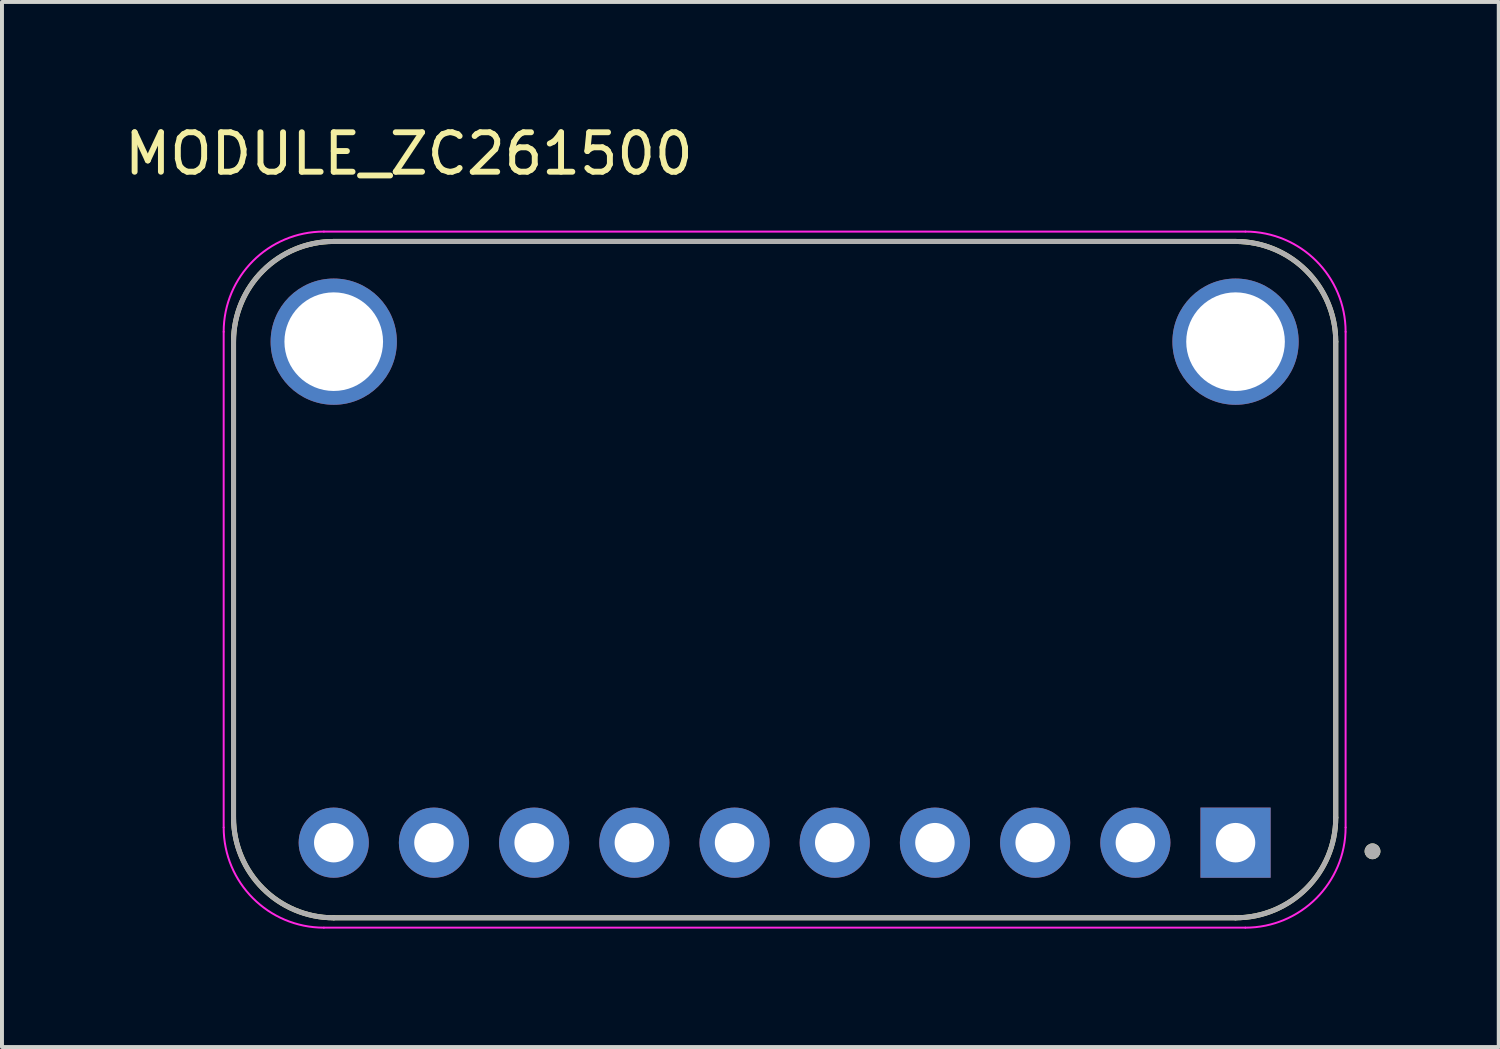
<source format=kicad_pcb>
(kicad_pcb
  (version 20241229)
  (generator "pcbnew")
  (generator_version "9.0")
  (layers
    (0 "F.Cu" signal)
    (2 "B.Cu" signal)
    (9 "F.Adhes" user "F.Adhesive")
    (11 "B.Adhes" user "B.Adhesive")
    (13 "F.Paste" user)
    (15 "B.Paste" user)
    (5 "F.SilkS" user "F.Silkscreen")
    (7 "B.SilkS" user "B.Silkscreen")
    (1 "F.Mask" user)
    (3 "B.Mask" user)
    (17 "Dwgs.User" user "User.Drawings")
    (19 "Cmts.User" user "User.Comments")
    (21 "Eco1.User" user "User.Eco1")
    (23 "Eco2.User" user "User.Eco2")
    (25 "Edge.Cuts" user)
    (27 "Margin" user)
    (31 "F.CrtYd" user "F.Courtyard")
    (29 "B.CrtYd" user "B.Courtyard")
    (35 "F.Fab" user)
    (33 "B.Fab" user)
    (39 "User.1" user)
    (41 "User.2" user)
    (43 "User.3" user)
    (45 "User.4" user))
  (footprint "MODULE_ZC261500"
    (layer "F.Cu")
    (at 16.84 11.643)
    (property "Reference" "MODULE_ZC261500" (at -9.525 -10.795 0) (layer "F.SilkS") (effects (font (size 1 1) (thickness 0.15))))
    (attr through_hole)
    (fp_line (start -13.97 6.032) (end -13.97 -6.032) (stroke (width 0.127) (type solid)) (layer "F.SilkS"))
    (fp_line (start -11.43 -8.572) (end 11.43 -8.572) (stroke (width 0.127) (type solid)) (layer "F.SilkS"))
    (fp_line (start 11.43 8.572) (end -11.43 8.572) (stroke (width 0.127) (type solid)) (layer "F.SilkS"))
    (fp_line (start 13.97 -6.032) (end 13.97 6.032) (stroke (width 0.127) (type solid)) (layer "F.SilkS"))
    (fp_arc (start -13.97 -6.0325) (mid -13.226051 -7.828551) (end -11.43 -8.5725) (stroke (width 0.127) (type solid)) (layer "F.SilkS"))
    (fp_arc (start -11.43 8.5725) (mid -13.226051 7.828551) (end -13.97 6.0325) (stroke (width 0.127) (type solid)) (layer "F.SilkS"))
    (fp_arc (start 11.43 -8.5725) (mid 13.226051 -7.828551) (end 13.97 -6.0325) (stroke (width 0.127) (type solid)) (layer "F.SilkS"))
    (fp_arc (start 13.97 6.0325) (mid 13.226051 7.828551) (end 11.43 8.5725) (stroke (width 0.127) (type solid)) (layer "F.SilkS"))
    (fp_circle (center 14.902 6.887) (end 15.002 6.887) (stroke (width 0.2) (type solid)) (fill no) (layer "F.SilkS"))
    (fp_line (start -14.22 6.282) (end -14.22 -6.282) (stroke (width 0.05) (type solid)) (layer "F.CrtYd"))
    (fp_line (start -11.68 -8.822) (end 11.68 -8.822) (stroke (width 0.05) (type solid)) (layer "F.CrtYd"))
    (fp_line (start 11.68 8.822) (end -11.68 8.822) (stroke (width 0.05) (type solid)) (layer "F.CrtYd"))
    (fp_line (start 14.22 -6.282) (end 14.22 6.282) (stroke (width 0.05) (type solid)) (layer "F.CrtYd"))
    (fp_arc (start -14.22 -6.2825) (mid -13.476051 -8.078551) (end -11.68 -8.8225) (stroke (width 0.05) (type solid)) (layer "F.CrtYd"))
    (fp_arc (start -11.68 8.8225) (mid -13.476051 8.078551) (end -14.22 6.2825) (stroke (width 0.05) (type solid)) (layer "F.CrtYd"))
    (fp_arc (start 11.68 -8.8225) (mid 13.476051 -8.078551) (end 14.22 -6.2825) (stroke (width 0.05) (type solid)) (layer "F.CrtYd"))
    (fp_arc (start 14.22 6.2825) (mid 13.476051 8.078551) (end 11.68 8.8225) (stroke (width 0.05) (type solid)) (layer "F.CrtYd"))
    (fp_line (start -13.97 6.032) (end -13.97 -6.032) (stroke (width 0.127) (type solid)) (layer "F.Fab"))
    (fp_line (start -11.43 -8.572) (end 11.43 -8.572) (stroke (width 0.127) (type solid)) (layer "F.Fab"))
    (fp_line (start 11.43 8.572) (end -11.43 8.572) (stroke (width 0.127) (type solid)) (layer "F.Fab"))
    (fp_line (start 13.97 -6.032) (end 13.97 6.032) (stroke (width 0.127) (type solid)) (layer "F.Fab"))
    (fp_arc (start -13.97 -6.0325) (mid -13.226051 -7.828551) (end -11.43 -8.5725) (stroke (width 0.127) (type solid)) (layer "F.Fab"))
    (fp_arc (start -11.43 8.5725) (mid -13.226051 7.828551) (end -13.97 6.0325) (stroke (width 0.127) (type solid)) (layer "F.Fab"))
    (fp_arc (start 11.43 -8.5725) (mid 13.226051 -7.828551) (end 13.97 -6.0325) (stroke (width 0.127) (type solid)) (layer "F.Fab"))
    (fp_arc (start 13.97 6.0325) (mid 13.226051 7.828551) (end 11.43 8.5725) (stroke (width 0.127) (type solid)) (layer "F.Fab"))
    (fp_circle (center 14.902 6.887) (end 15.002 6.887) (stroke (width 0.2) (type solid)) (fill no) (layer "F.Fab"))
    (pad "1" thru_hole rect (at 11.43 6.668) (size 1.778 1.778) (drill 1) (layers "*.Cu" "*.Mask"))
    (pad "2" thru_hole circle (at 8.89 6.668) (size 1.778 1.778) (drill 1) (layers "*.Cu" "*.Mask"))
    (pad "3" thru_hole circle (at 6.35 6.668) (size 1.778 1.778) (drill 1) (layers "*.Cu" "*.Mask"))
    (pad "4" thru_hole circle (at 3.81 6.668) (size 1.778 1.778) (drill 1) (layers "*.Cu" "*.Mask"))
    (pad "5" thru_hole circle (at 1.27 6.668) (size 1.778 1.778) (drill 1) (layers "*.Cu" "*.Mask"))
    (pad "6" thru_hole circle (at -1.27 6.668) (size 1.778 1.778) (drill 1) (layers "*.Cu" "*.Mask"))
    (pad "7" thru_hole circle (at -3.81 6.668) (size 1.778 1.778) (drill 1) (layers "*.Cu" "*.Mask"))
    (pad "8" thru_hole circle (at -6.35 6.668) (size 1.778 1.778) (drill 1) (layers "*.Cu" "*.Mask"))
    (pad "9" thru_hole circle (at -8.89 6.668) (size 1.778 1.778) (drill 1) (layers "*.Cu" "*.Mask"))
    (pad "10" thru_hole circle (at -11.43 6.668) (size 1.778 1.778) (drill 1) (layers "*.Cu" "*.Mask"))
    (pad "P1" thru_hole circle (at -11.43 -6.032) (size 3.2 3.2) (drill 2.5) (layers "*.Cu" "*.Mask"))
    (pad "P2" thru_hole circle (at 11.43 -6.032) (size 3.2 3.2) (drill 2.5) (layers "*.Cu" "*.Mask")))
  (gr_rect
    (start -3 -3)
    (end 34.942 23.491)
    (stroke (width 0.1) (type default))
    (fill no)
    (layer "Edge.Cuts")))
</source>
